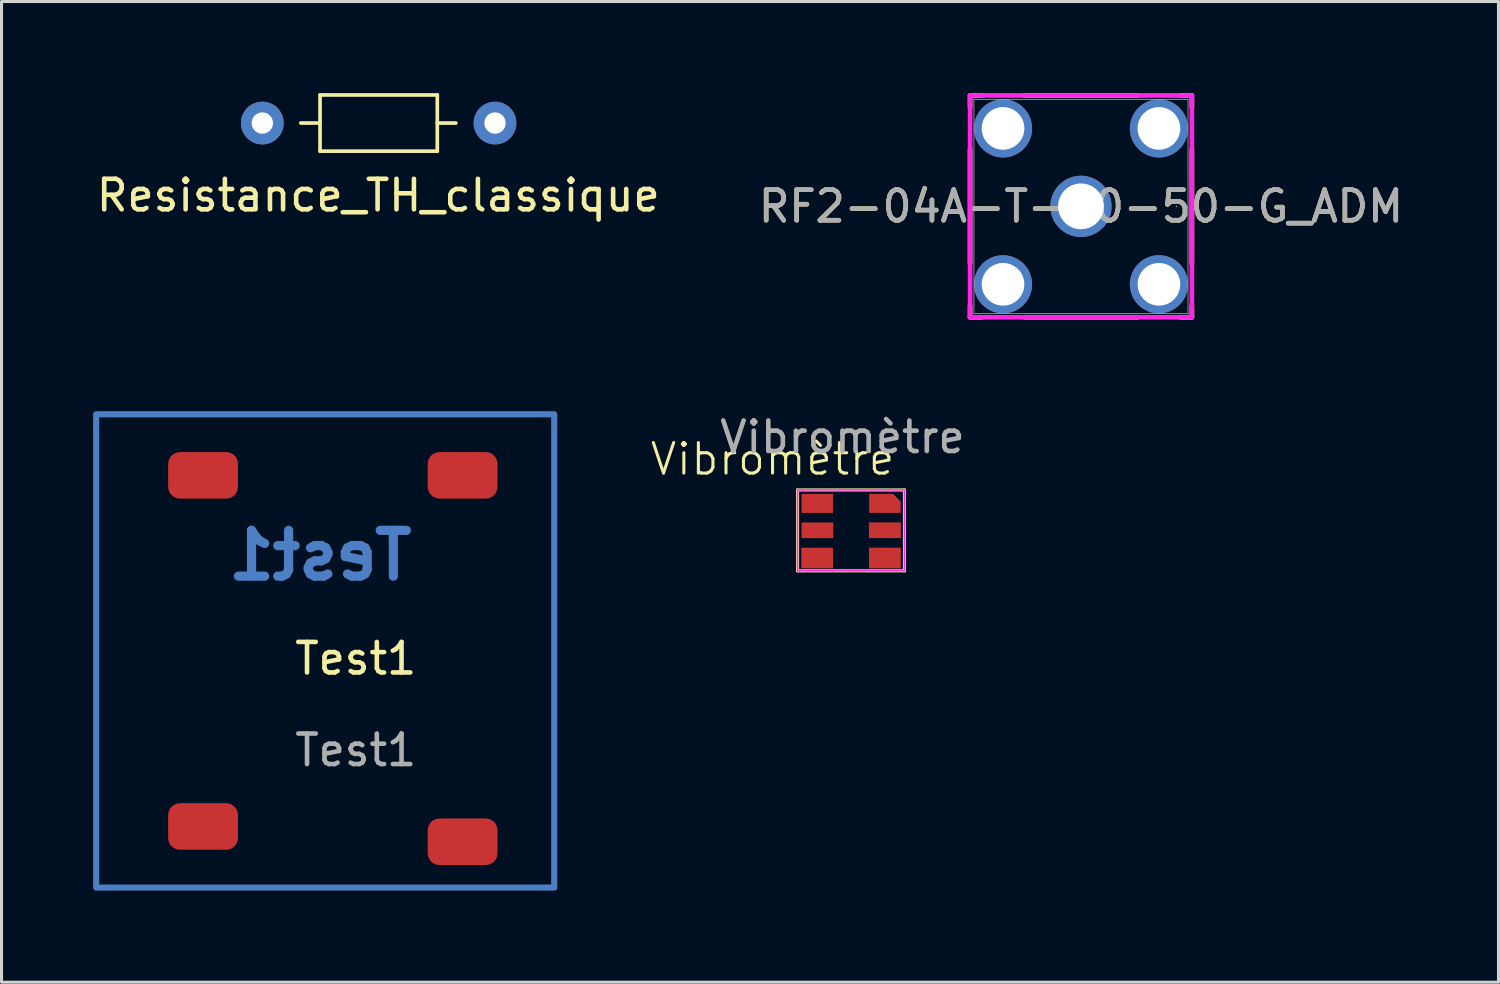
<source format=kicad_pcb>
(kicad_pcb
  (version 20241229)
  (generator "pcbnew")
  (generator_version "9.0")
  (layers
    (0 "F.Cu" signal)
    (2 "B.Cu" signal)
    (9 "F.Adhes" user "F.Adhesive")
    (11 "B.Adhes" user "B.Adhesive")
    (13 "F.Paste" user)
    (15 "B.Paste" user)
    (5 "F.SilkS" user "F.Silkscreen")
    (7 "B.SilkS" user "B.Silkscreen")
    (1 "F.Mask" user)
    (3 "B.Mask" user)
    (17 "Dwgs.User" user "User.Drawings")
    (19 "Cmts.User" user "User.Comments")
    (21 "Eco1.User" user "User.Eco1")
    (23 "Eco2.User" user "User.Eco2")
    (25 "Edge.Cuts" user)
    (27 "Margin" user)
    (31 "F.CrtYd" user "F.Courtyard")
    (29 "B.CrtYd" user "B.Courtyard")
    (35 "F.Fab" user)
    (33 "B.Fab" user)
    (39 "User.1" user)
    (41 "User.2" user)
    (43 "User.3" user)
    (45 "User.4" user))
  (footprint "RF2-04A-T-00-50-G_ADM"
    (layer "F.Cu")
    (at 32.351 3.708)
    (property "Reference" "RF2-04A-T-00-50-G_ADM" (at 0 0 0) (unlocked yes) (layer "F.SilkS") (effects (font (size 1 1) (thickness 0.15))))
    (attr through_hole)
    (fp_line (start -3.632 -3.632) (end -3.632 -3.25) (stroke (width 0.152) (type solid)) (layer "F.SilkS"))
    (fp_line (start -3.632 -1.855) (end -3.632 1.855) (stroke (width 0.152) (type solid)) (layer "F.SilkS"))
    (fp_line (start -3.632 3.25) (end -3.632 3.632) (stroke (width 0.152) (type solid)) (layer "F.SilkS"))
    (fp_line (start -3.632 3.632) (end -3.25 3.632) (stroke (width 0.152) (type solid)) (layer "F.SilkS"))
    (fp_line (start -3.25 -3.632) (end -3.632 -3.632) (stroke (width 0.152) (type solid)) (layer "F.SilkS"))
    (fp_line (start -1.855 3.632) (end 1.855 3.632) (stroke (width 0.152) (type solid)) (layer "F.SilkS"))
    (fp_line (start 1.855 -3.632) (end -1.855 -3.632) (stroke (width 0.152) (type solid)) (layer "F.SilkS"))
    (fp_line (start 3.25 3.632) (end 3.632 3.632) (stroke (width 0.152) (type solid)) (layer "F.SilkS"))
    (fp_line (start 3.632 -3.632) (end 3.25 -3.632) (stroke (width 0.152) (type solid)) (layer "F.SilkS"))
    (fp_line (start 3.632 -3.25) (end 3.632 -3.632) (stroke (width 0.152) (type solid)) (layer "F.SilkS"))
    (fp_line (start 3.632 1.855) (end 3.632 -1.855) (stroke (width 0.152) (type solid)) (layer "F.SilkS"))
    (fp_line (start 3.632 3.632) (end 3.632 3.25) (stroke (width 0.152) (type solid)) (layer "F.SilkS"))
    (fp_line (start -3.632 -3.632) (end 3.632 -3.632) (stroke (width 0.152) (type solid)) (layer "F.CrtYd"))
    (fp_line (start -3.632 3.632) (end -3.632 -3.632) (stroke (width 0.152) (type solid)) (layer "F.CrtYd"))
    (fp_line (start 3.632 -3.632) (end 3.632 3.632) (stroke (width 0.152) (type solid)) (layer "F.CrtYd"))
    (fp_line (start 3.632 3.632) (end -3.632 3.632) (stroke (width 0.152) (type solid)) (layer "F.CrtYd"))
    (fp_line (start -3.505 -3.505) (end -3.505 3.505) (stroke (width 0.025) (type solid)) (layer "F.Fab"))
    (fp_line (start -3.505 3.505) (end 3.505 3.505) (stroke (width 0.025) (type solid)) (layer "F.Fab"))
    (fp_line (start 3.505 -3.505) (end -3.505 -3.505) (stroke (width 0.025) (type solid)) (layer "F.Fab"))
    (fp_line (start 3.505 3.505) (end 3.505 -3.505) (stroke (width 0.025) (type solid)) (layer "F.Fab"))
    (fp_circle (center 3.124 0) (end 3.124 0) (stroke (width 0.025) (type solid)) (fill no) (layer "F.Fab"))
    (fp_text user "${REFERENCE}" (at 0 0 0) (unlocked yes) (layer "F.Fab") (effects (font (size 1 1) (thickness 0.15))))
    (pad "1" thru_hole circle (at 0 0) (size 2.007 2.007) (drill 1.499) (layers "*.Cu" "*.Mask"))
    (pad "2" thru_hole circle (at -2.553 -2.553) (size 1.905 1.905) (drill 1.397) (layers "*.Cu" "*.Mask"))
    (pad "3" thru_hole circle (at -2.553 2.553) (size 1.905 1.905) (drill 1.397) (layers "*.Cu" "*.Mask"))
    (pad "4" thru_hole circle (at 2.553 2.553) (size 1.905 1.905) (drill 1.397) (layers "*.Cu" "*.Mask"))
    (pad "5" thru_hole circle (at 2.553 -2.553) (size 1.905 1.905) (drill 1.397) (layers "*.Cu" "*.Mask")))
  (footprint "Resistance_TH_classique"
    (layer "F.Cu")
    (at 9.339 3.85)
    (property "Reference" "Resistance_TH_classique" (at 0 -0.5 0) (unlocked yes) (layer "F.SilkS") (effects (font (size 1 1) (thickness 0.15))))
    (attr through_hole)
    (fp_line (start -2.54 -2.87) (end -1.908 -2.87) (stroke (width 0.12) (type solid)) (layer "F.SilkS"))
    (fp_line (start -1.908 -3.79) (end -1.908 -1.95) (stroke (width 0.12) (type solid)) (layer "F.SilkS"))
    (fp_line (start -1.908 -1.95) (end 1.932 -1.95) (stroke (width 0.12) (type solid)) (layer "F.SilkS"))
    (fp_line (start 1.932 -3.79) (end -1.908 -3.79) (stroke (width 0.12) (type solid)) (layer "F.SilkS"))
    (fp_line (start 1.932 -1.95) (end 1.932 -3.79) (stroke (width 0.12) (type solid)) (layer "F.SilkS"))
    (fp_line (start 2.54 -2.87) (end 1.932 -2.87) (stroke (width 0.12) (type solid)) (layer "F.SilkS"))
    (pad "1" thru_hole circle (at -3.798 -2.87) (size 1.4 1.4) (drill 0.7) (layers "*.Cu" "*.Mask"))
    (pad "2" thru_hole oval (at 3.822 -2.87) (size 1.4 1.4) (drill 0.7) (layers "*.Cu" "*.Mask")))
  (footprint "Test1"
    (layer "F.Cu")
    (at 8.6 19.017)
    (property "Reference" "Test1" (at 0 -0.5 0) (unlocked yes) (layer "F.SilkS") (effects (font (size 1 1) (thickness 0.15))))
    (attr smd)
    (fp_rect (start 6.5 7) (end -8.5 -8.5) (stroke (width 0.2) (type default)) (fill no) (layer "B.Cu"))
    (fp_text user "Test1" (at 2 -3 0) (unlocked yes) (layer "B.Cu") (effects (font (size 1.5 1.5) (thickness 0.3) (bold yes)) (justify left bottom mirror)))
    (fp_text user "${REFERENCE}" (at 0 2.5 0) (unlocked yes) (layer "F.Fab") (effects (font (size 1 1) (thickness 0.15))))
    (pad "1" smd roundrect (at -5 -6.5) (size 2.286 1.524) (layers "F.Cu" "F.Mask" "F.Paste") (roundrect_rratio 0.25))
    (pad "2" smd roundrect (at 3.5 -6.5) (size 2.286 1.524) (layers "F.Cu" "F.Mask" "F.Paste") (roundrect_rratio 0.25))
    (pad "3" smd roundrect (at -5 5) (size 2.286 1.524) (layers "F.Cu" "F.Mask" "F.Paste") (roundrect_rratio 0.25))
    (pad "4" smd roundrect (at 3.5 5.5) (size 2.286 1.524) (layers "F.Cu" "F.Mask" "F.Paste") (roundrect_rratio 0.25)))
  (footprint "Vibromètre"
    (layer "F.Cu")
    (at 23.07 12.995)
    (property "Reference" "Vibromètre" (at -0.82 -1.01 0) (unlocked yes) (layer "F.SilkS") (effects (font (size 1 1) (thickness 0.1))))
    (attr smd)
    (fp_line (start 0 0) (end 3.5 0) (stroke (width 0.1) (type default)) (layer "F.SilkS"))
    (fp_line (start 0 2.65) (end 0 0) (stroke (width 0.1) (type default)) (layer "F.SilkS"))
    (fp_line (start 3.5 0) (end 3.5 2.65) (stroke (width 0.1) (type default)) (layer "F.SilkS"))
    (fp_line (start 3.5 2.65) (end 0 2.65) (stroke (width 0.1) (type default)) (layer "F.SilkS"))
    (fp_rect (start 3.5 0) (end 0 2.65) (stroke (width 0.05) (type default)) (fill no) (layer "F.CrtYd"))
    (fp_text user "${REFERENCE}" (at 1.47 -1.73 0) (unlocked yes) (layer "F.Fab") (effects (font (size 1 1) (thickness 0.15))))
    (pad "1" smd rect (at 0.645 0.441) (size 1.03 0.621) (layers "F.Cu" "F.Mask" "F.Paste"))
    (pad "2" smd rect (at 0.65 1.322) (size 1.04 0.515) (layers "F.Cu" "F.Mask" "F.Paste"))
    (pad "3" smd rect (at 0.64 2.231) (size 1.04 0.678) (layers "F.Cu" "F.Mask" "F.Paste"))
    (pad "4" smd roundrect (at 2.86 0.44) (size 1.03 0.621) (layers "F.Cu" "F.Mask" "F.Paste") (roundrect_rratio 0) (chamfer_ratio 0.4) (chamfer top_right))
    (pad "5" smd rect (at 2.86 1.32) (size 1.046 0.515) (layers "F.Cu" "F.Mask" "F.Paste"))
    (pad "6" smd rect (at 2.86 2.23) (size 1.04 0.678) (layers "F.Cu" "F.Mask" "F.Paste"))
    (zone (net_name "") (layer "F.SilkS") (hatch edge 0.5) (connect_pads) (min_thickness 0.25) (filled_areas_thickness no) (keepout (tracks not_allowed) (vias not_allowed) (pads not_allowed) (copperpour allowed) (footprints allowed)) (placement (enabled no)) (fill) (polygon (pts (xy 23.07 12.995) (xy 26.57 12.995) (xy 26.57 15.645) (xy 23.07 15.645)))))
  (gr_rect
    (start -3 -3)
    (end 46.024 29.117)
    (stroke (width 0.1) (type default))
    (fill no)
    (layer "Edge.Cuts")))
</source>
